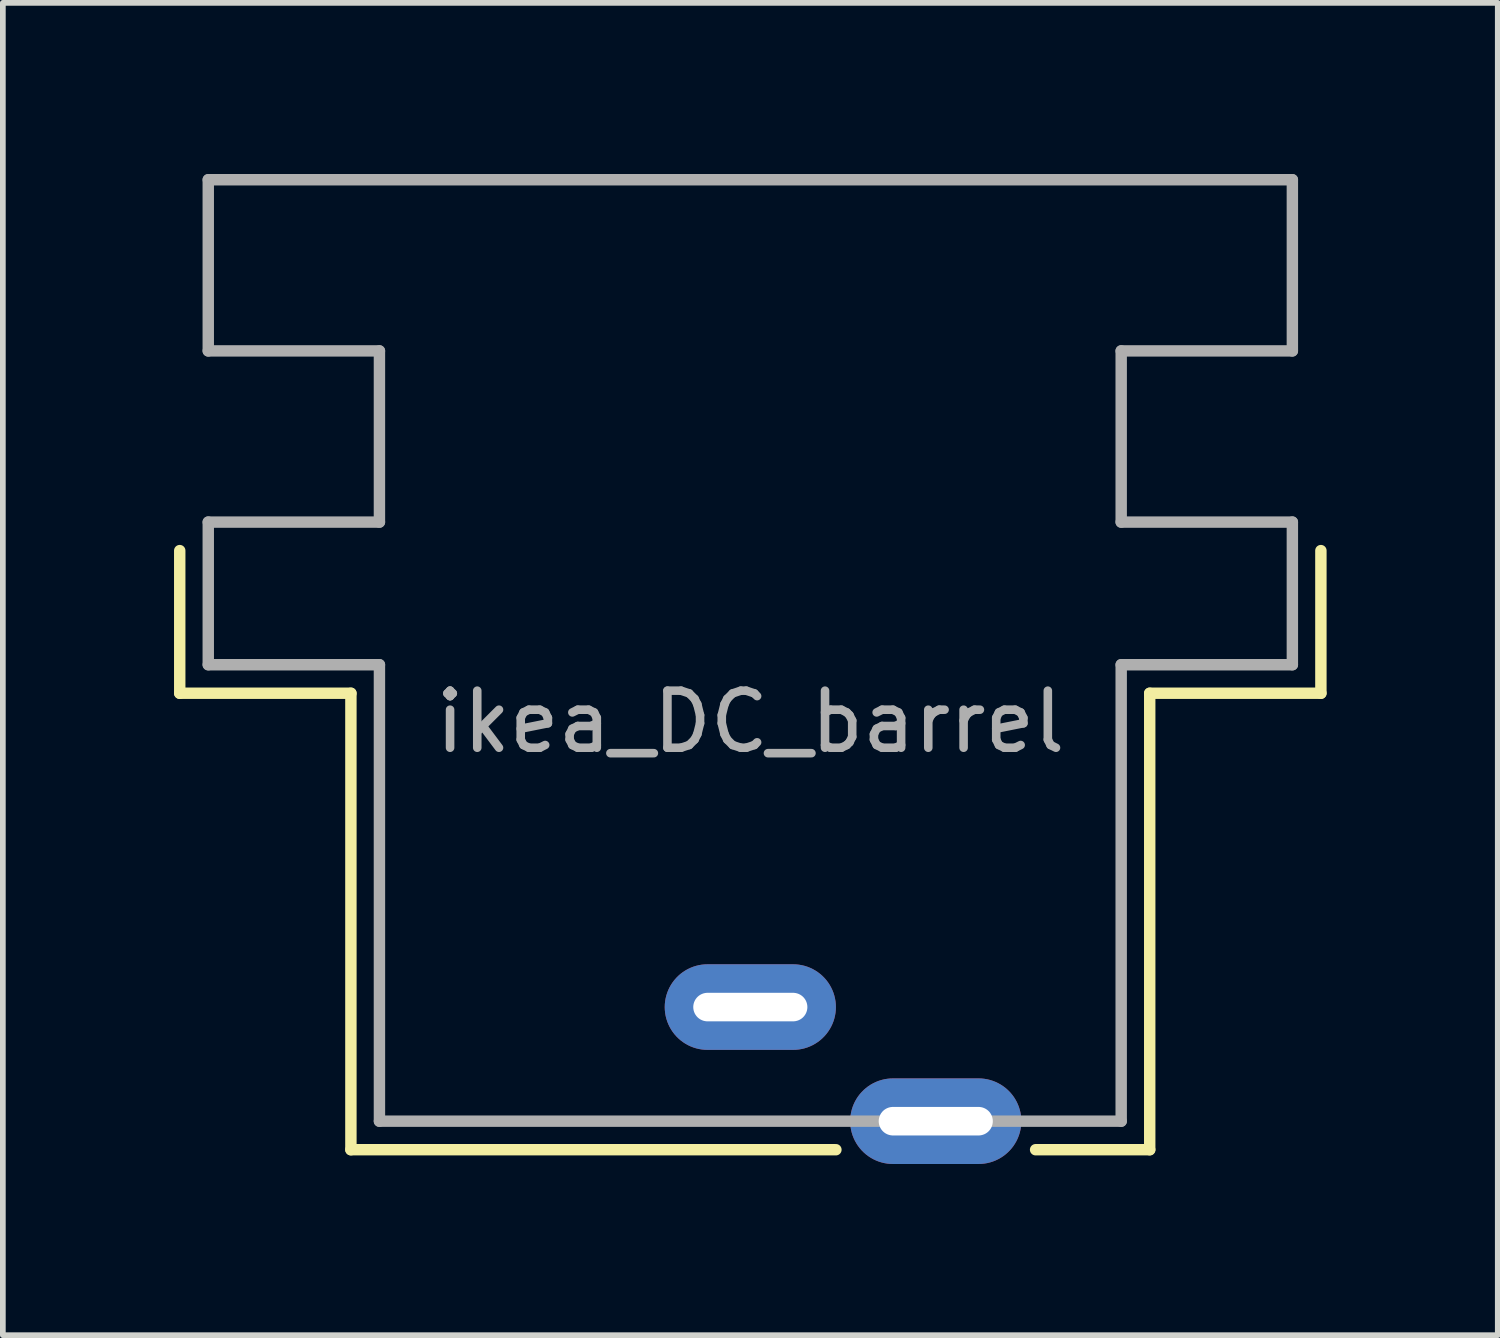
<source format=kicad_pcb>
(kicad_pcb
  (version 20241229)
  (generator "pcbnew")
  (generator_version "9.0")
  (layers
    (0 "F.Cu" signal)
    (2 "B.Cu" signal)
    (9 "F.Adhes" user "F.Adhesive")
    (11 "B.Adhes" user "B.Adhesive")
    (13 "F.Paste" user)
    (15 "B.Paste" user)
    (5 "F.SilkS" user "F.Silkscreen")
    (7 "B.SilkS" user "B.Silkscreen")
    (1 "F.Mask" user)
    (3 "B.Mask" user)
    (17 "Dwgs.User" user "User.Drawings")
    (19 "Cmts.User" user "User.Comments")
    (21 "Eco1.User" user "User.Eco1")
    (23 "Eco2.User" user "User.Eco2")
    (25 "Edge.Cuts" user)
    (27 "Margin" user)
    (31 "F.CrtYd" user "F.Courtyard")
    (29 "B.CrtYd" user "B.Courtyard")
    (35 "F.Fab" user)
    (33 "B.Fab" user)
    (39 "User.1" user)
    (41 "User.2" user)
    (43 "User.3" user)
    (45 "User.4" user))
  (footprint "ikea_DC_barrel"
    (layer "F.Cu")
    (at 10.1 6.1)
    (property "Reference" "ikea_DC_barrel" (at 0 3.5 0) (layer "F.Fab") (effects (font (size 1 1) (thickness 0.15))))
    (attr through_hole)
    (fp_line (start -10 3) (end -10 0.5) (stroke (width 0.2) (type solid)) (layer "F.SilkS"))
    (fp_line (start -7 3) (end -10 3) (stroke (width 0.2) (type solid)) (layer "F.SilkS"))
    (fp_line (start -7 11) (end -7 3) (stroke (width 0.2) (type solid)) (layer "F.SilkS"))
    (fp_line (start 1.5 11) (end -7 11) (stroke (width 0.2) (type solid)) (layer "F.SilkS"))
    (fp_line (start 7 3) (end 7 11) (stroke (width 0.2) (type solid)) (layer "F.SilkS"))
    (fp_line (start 7 3) (end 10 3) (stroke (width 0.2) (type solid)) (layer "F.SilkS"))
    (fp_line (start 7 11) (end 5 11) (stroke (width 0.2) (type solid)) (layer "F.SilkS"))
    (fp_line (start 10 3) (end 10 0.5) (stroke (width 0.2) (type solid)) (layer "F.SilkS"))
    (fp_line (start -9.5 -6) (end -9.5 -3) (stroke (width 0.2) (type solid)) (layer "F.Fab"))
    (fp_line (start -9.5 -6) (end 9.5 -6) (stroke (width 0.2) (type solid)) (layer "F.Fab"))
    (fp_line (start -9.5 0) (end -6.5 0) (stroke (width 0.2) (type solid)) (layer "F.Fab"))
    (fp_line (start -9.5 2.5) (end -9.5 0) (stroke (width 0.2) (type solid)) (layer "F.Fab"))
    (fp_line (start -9.5 2.5) (end -6.5 2.5) (stroke (width 0.2) (type solid)) (layer "F.Fab"))
    (fp_line (start -6.5 -3) (end -9.5 -3) (stroke (width 0.2) (type solid)) (layer "F.Fab"))
    (fp_line (start -6.5 -3) (end -6.5 0) (stroke (width 0.2) (type solid)) (layer "F.Fab"))
    (fp_line (start -6.5 10.5) (end -6.5 2.5) (stroke (width 0.2) (type solid)) (layer "F.Fab"))
    (fp_line (start -6.5 10.5) (end 6.5 10.5) (stroke (width 0.2) (type solid)) (layer "F.Fab"))
    (fp_line (start 6.5 -3) (end 6.5 0) (stroke (width 0.2) (type solid)) (layer "F.Fab"))
    (fp_line (start 6.5 0) (end 9.5 0) (stroke (width 0.2) (type solid)) (layer "F.Fab"))
    (fp_line (start 6.5 2.5) (end 9.5 2.5) (stroke (width 0.2) (type solid)) (layer "F.Fab"))
    (fp_line (start 6.5 10.5) (end 6.5 2.5) (stroke (width 0.2) (type solid)) (layer "F.Fab"))
    (fp_line (start 9.5 -6) (end 9.5 -3) (stroke (width 0.2) (type solid)) (layer "F.Fab"))
    (fp_line (start 9.5 -3) (end 6.5 -3) (stroke (width 0.2) (type solid)) (layer "F.Fab"))
    (fp_line (start 9.5 2.5) (end 9.5 0) (stroke (width 0.2) (type solid)) (layer "F.Fab"))
    (pad "1" thru_hole oval (at 0 8.5) (size 3 1.5) (drill oval 2 0.5) (layers "*.Cu" "*.Mask"))
    (pad "2" thru_hole oval (at 3.25 10.5) (size 3 1.5) (drill oval 2 0.5) (layers "*.Cu" "*.Mask")))
  (gr_rect
    (start -3 -3)
    (end 23.2 20.35)
    (stroke (width 0.1) (type default))
    (fill no)
    (layer "Edge.Cuts")))
</source>
